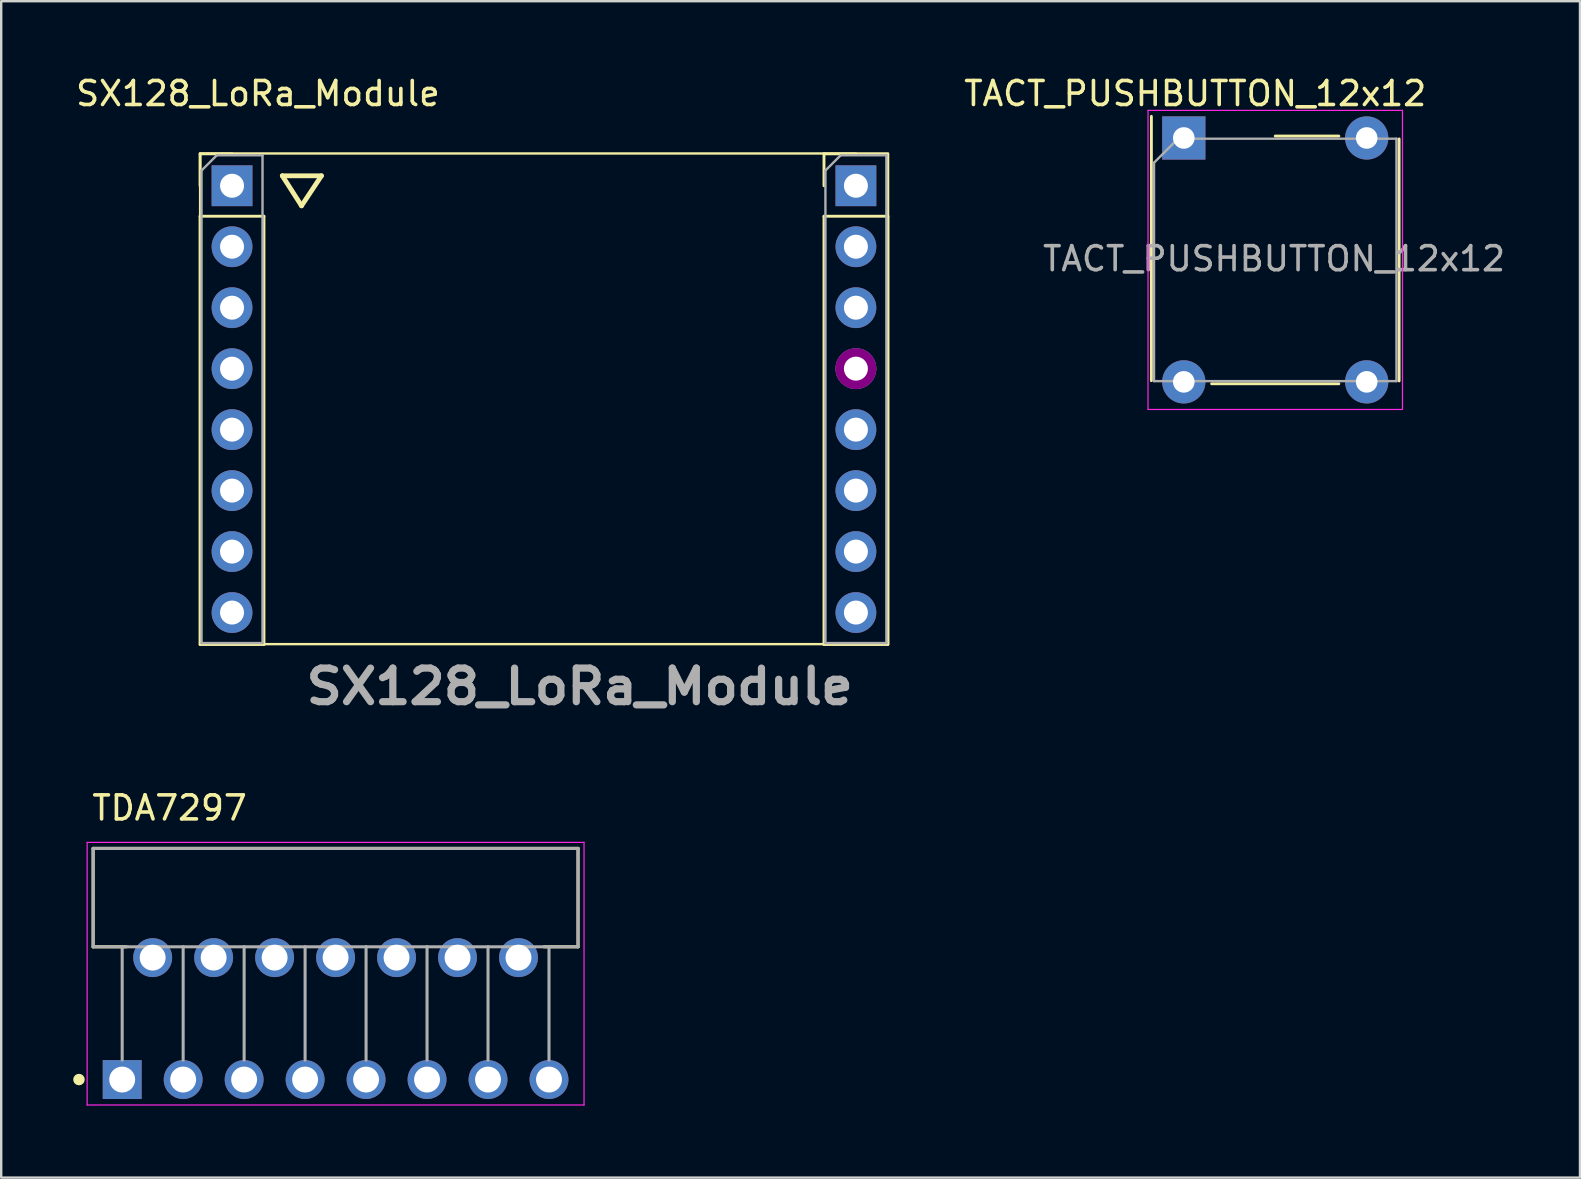
<source format=kicad_pcb>
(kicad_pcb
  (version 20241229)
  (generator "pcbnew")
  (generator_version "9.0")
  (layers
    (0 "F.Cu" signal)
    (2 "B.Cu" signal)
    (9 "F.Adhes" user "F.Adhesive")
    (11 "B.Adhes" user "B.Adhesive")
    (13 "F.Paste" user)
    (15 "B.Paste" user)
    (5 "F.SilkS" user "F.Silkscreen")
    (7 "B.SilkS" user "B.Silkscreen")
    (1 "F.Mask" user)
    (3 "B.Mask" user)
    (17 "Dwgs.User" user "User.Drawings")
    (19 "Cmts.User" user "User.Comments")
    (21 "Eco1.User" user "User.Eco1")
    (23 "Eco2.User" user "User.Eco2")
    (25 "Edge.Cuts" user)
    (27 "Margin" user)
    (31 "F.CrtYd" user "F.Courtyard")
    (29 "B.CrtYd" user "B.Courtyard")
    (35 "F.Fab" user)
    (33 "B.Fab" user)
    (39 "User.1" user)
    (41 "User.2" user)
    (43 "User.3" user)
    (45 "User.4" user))
  (footprint "TACT_PUSHBUTTON_12x12"
    (layer "F.Cu")
    (at 46.265 2.698)
    (property "Reference" "TACT_PUSHBUTTON_12x12" (at 0.475 -1.85 180) (layer "F.SilkS") (effects (font (size 1 1) (thickness 0.15))))
    (attr through_hole)
    (fp_line (start -1.35 -0.9) (end -1.35 10.11) (stroke (width 0.12) (type solid)) (layer "F.SilkS"))
    (fp_line (start 1.16 10.24) (end 6.46 10.24) (stroke (width 0.12) (type solid)) (layer "F.SilkS"))
    (fp_line (start 6.46 -0.08) (end 3.81 -0.08) (stroke (width 0.12) (type solid)) (layer "F.SilkS"))
    (fp_line (start 8.97 0.04) (end 8.97 10.12) (stroke (width 0.12) (type solid)) (layer "F.SilkS"))
    (fp_line (start -1.49 -1.15) (end 9.11 -1.15) (stroke (width 0.05) (type solid)) (layer "F.CrtYd"))
    (fp_line (start -1.49 11.3) (end -1.49 -1.15) (stroke (width 0.05) (type solid)) (layer "F.CrtYd"))
    (fp_line (start 9.11 -1.15) (end 9.11 11.31) (stroke (width 0.05) (type solid)) (layer "F.CrtYd"))
    (fp_line (start 9.11 11.31) (end -1.49 11.31) (stroke (width 0.05) (type solid)) (layer "F.CrtYd"))
    (fp_line (start -1.24 10.13) (end -1.24 1.03) (stroke (width 0.1) (type solid)) (layer "F.Fab"))
    (fp_line (start -0.24 0.03) (end -1.24 1.03) (stroke (width 0.1) (type solid)) (layer "F.Fab"))
    (fp_line (start -0.24 0.03) (end 8.86 0.03) (stroke (width 0.1) (type solid)) (layer "F.Fab"))
    (fp_line (start 8.86 0.03) (end 8.86 10.13) (stroke (width 0.1) (type solid)) (layer "F.Fab"))
    (fp_line (start 8.86 10.13) (end -1.24 10.13) (stroke (width 0.1) (type solid)) (layer "F.Fab"))
    (fp_text user "${REFERENCE}" (at 3.76 5.03 180) (layer "F.Fab") (effects (font (size 1 1) (thickness 0.15))))
    (pad "1" thru_hole rect (at 0 0 90) (size 1.8 1.8) (drill 0.9) (layers "*.Cu" "*.Mask"))
    (pad "2" thru_hole circle (at 0 10.16 90) (size 1.8 1.8) (drill 0.9) (layers "*.Cu" "*.Mask"))
    (pad "3" thru_hole circle (at 7.62 0 90) (size 1.8 1.8) (drill 0.9) (layers "*.Cu" "*.Mask"))
    (pad "4" thru_hole circle (at 7.62 10.16 90) (size 1.8 1.8) (drill 0.9) (layers "*.Cu" "*.Mask")))
  (footprint "SX128_LoRa_Module"
    (layer "F.Cu")
    (at 19.246 14.068)
    (property "Reference" "SX128_LoRa_Module" (at -11.55 -13.22 0) (unlocked yes) (layer "F.SilkS") (effects (font (size 1 1) (thickness 0.15))))
    (fp_line (start -13.96 -10.71) (end -12.63 -10.71) (stroke (width 0.12) (type solid)) (layer "F.SilkS"))
    (fp_line (start -13.96 -9.38) (end -13.96 -10.71) (stroke (width 0.12) (type solid)) (layer "F.SilkS"))
    (fp_line (start -13.96 -8.11) (end -13.96 9.73) (stroke (width 0.12) (type solid)) (layer "F.SilkS"))
    (fp_line (start -13.96 -8.11) (end -11.3 -8.11) (stroke (width 0.12) (type solid)) (layer "F.SilkS"))
    (fp_line (start -13.96 9.73) (end -11.3 9.73) (stroke (width 0.12) (type solid)) (layer "F.SilkS"))
    (fp_line (start -11.3 -8.11) (end -11.3 9.73) (stroke (width 0.12) (type solid)) (layer "F.SilkS"))
    (fp_line (start -10.535 -9.795) (end -8.905 -9.795) (stroke (width 0.2) (type default)) (layer "F.SilkS"))
    (fp_line (start -9.735 -8.545) (end -10.535 -9.795) (stroke (width 0.2) (type default)) (layer "F.SilkS"))
    (fp_line (start -8.905 -9.795) (end -9.735 -8.545) (stroke (width 0.2) (type default)) (layer "F.SilkS"))
    (fp_line (start 12.03 -10.71) (end 13.36 -10.71) (stroke (width 0.12) (type solid)) (layer "F.SilkS"))
    (fp_line (start 12.03 -9.38) (end 12.03 -10.71) (stroke (width 0.12) (type solid)) (layer "F.SilkS"))
    (fp_line (start 12.03 -8.11) (end 12.03 9.73) (stroke (width 0.12) (type solid)) (layer "F.SilkS"))
    (fp_line (start 12.03 -8.11) (end 14.69 -8.11) (stroke (width 0.12) (type solid)) (layer "F.SilkS"))
    (fp_line (start 12.03 9.73) (end 14.69 9.73) (stroke (width 0.12) (type solid)) (layer "F.SilkS"))
    (fp_line (start 14.69 -8.11) (end 14.69 9.73) (stroke (width 0.12) (type solid)) (layer "F.SilkS"))
    (fp_rect (start -13.96 -10.725) (end 14.7 9.715) (stroke (width 0.1) (type default)) (fill no) (layer "F.SilkS"))
    (fp_line (start -13.9 -10.015) (end -13.265 -10.65) (stroke (width 0.1) (type solid)) (layer "F.Fab"))
    (fp_line (start -13.9 9.67) (end -13.9 -10.015) (stroke (width 0.1) (type solid)) (layer "F.Fab"))
    (fp_line (start -13.265 -10.65) (end -11.36 -10.65) (stroke (width 0.1) (type solid)) (layer "F.Fab"))
    (fp_line (start -11.36 -10.65) (end -11.36 9.67) (stroke (width 0.1) (type solid)) (layer "F.Fab"))
    (fp_line (start -11.36 9.67) (end -13.9 9.67) (stroke (width 0.1) (type solid)) (layer "F.Fab"))
    (fp_line (start 12.09 -10.015) (end 12.725 -10.65) (stroke (width 0.1) (type solid)) (layer "F.Fab"))
    (fp_line (start 12.09 9.67) (end 12.09 -10.015) (stroke (width 0.1) (type solid)) (layer "F.Fab"))
    (fp_line (start 12.725 -10.65) (end 14.63 -10.65) (stroke (width 0.1) (type solid)) (layer "F.Fab"))
    (fp_line (start 14.63 -10.65) (end 14.63 9.67) (stroke (width 0.1) (type solid)) (layer "F.Fab"))
    (fp_line (start 14.63 9.67) (end 12.09 9.67) (stroke (width 0.1) (type solid)) (layer "F.Fab"))
    (fp_text user "SX128_LoRa_Module" (at -9.7 12.3 0) (unlocked yes) (layer "F.Fab") (effects (font (size 1.4 1.5) (thickness 0.3) (bold yes)) (justify left bottom)))
    (pad "1" thru_hole rect (at -12.63 -9.38) (size 1.7 1.7) (drill 1) (layers "*.Cu" "*.Mask"))
    (pad "2" thru_hole oval (at -12.63 -6.84) (size 1.7 1.7) (drill 1) (layers "*.Cu" "*.Mask"))
    (pad "3" thru_hole oval (at -12.63 -4.3) (size 1.7 1.7) (drill 1) (layers "*.Cu" "*.Mask"))
    (pad "4" thru_hole oval (at -12.63 -1.76) (size 1.7 1.7) (drill 1) (layers "*.Cu" "*.Mask"))
    (pad "5" thru_hole oval (at -12.63 0.78) (size 1.7 1.7) (drill 1) (layers "*.Cu" "*.Mask"))
    (pad "6" thru_hole oval (at -12.63 3.32) (size 1.7 1.7) (drill 1) (layers "*.Cu" "*.Mask"))
    (pad "7" thru_hole oval (at -12.63 5.86) (size 1.7 1.7) (drill 1) (layers "*.Cu" "*.Mask"))
    (pad "8" thru_hole oval (at -12.63 8.4) (size 1.7 1.7) (drill 1) (layers "*.Cu" "*.Mask"))
    (pad "9" thru_hole oval (at 13.36 8.4) (size 1.7 1.7) (drill 1) (layers "*.Cu" "*.Mask"))
    (pad "10" thru_hole oval (at 13.36 5.86) (size 1.7 1.7) (drill 1) (layers "*.Cu" "*.Mask"))
    (pad "11" thru_hole oval (at 13.36 3.32) (size 1.7 1.7) (drill 1) (layers "*.Cu" "*.Mask"))
    (pad "12" thru_hole oval (at 13.36 0.78) (size 1.7 1.7) (drill 1) (layers "*.Cu" "*.Mask"))
    (pad "13" thru_hole oval (at 13.36 -1.76) (size 1.7 1.7) (drill 1) (layers "*.Cu" "*.Mask" "F.Adhes"))
    (pad "14" thru_hole oval (at 13.36 -4.3) (size 1.7 1.7) (drill 1) (layers "*.Cu" "*.Mask"))
    (pad "15" thru_hole oval (at 13.36 -6.84) (size 1.7 1.7) (drill 1) (layers "*.Cu" "*.Mask"))
    (pad "16" thru_hole rect (at 13.36 -9.38) (size 1.7 1.7) (drill 1) (layers "*.Cu" "*.Mask")))
  (footprint "TDA7297"
    (layer "F.Cu")
    (at 2.04 41.923)
    (property "Reference" "TDA7297" (at 1.975 -11.315 0) (layer "F.SilkS") (effects (font (size 1 1) (thickness 0.15))))
    (attr through_hole)
    (fp_line (start -1.21 -9.63) (end 18.99 -9.63) (stroke (width 0.127) (type solid)) (layer "F.SilkS"))
    (fp_line (start -1.21 -5.53) (end -1.21 -9.63) (stroke (width 0.127) (type solid)) (layer "F.SilkS"))
    (fp_line (start 0.18 -5.53) (end -1.21 -5.53) (stroke (width 0.127) (type solid)) (layer "F.SilkS"))
    (fp_line (start 1.05 -5.53) (end 1.55 -5.53) (stroke (width 0.127) (type solid)) (layer "F.SilkS"))
    (fp_line (start 3.55 -5.53) (end 4.05 -5.53) (stroke (width 0.127) (type solid)) (layer "F.SilkS"))
    (fp_line (start 6.08 -5.53) (end 6.6 -5.53) (stroke (width 0.127) (type solid)) (layer "F.SilkS"))
    (fp_line (start 8.62 -5.53) (end 9.16 -5.53) (stroke (width 0.127) (type solid)) (layer "F.SilkS"))
    (fp_line (start 11.16 -5.53) (end 11.71 -5.53) (stroke (width 0.127) (type solid)) (layer "F.SilkS"))
    (fp_line (start 13.71 -5.53) (end 14.24 -5.53) (stroke (width 0.127) (type solid)) (layer "F.SilkS"))
    (fp_line (start 16.25 -5.53) (end 16.78 -5.53) (stroke (width 0.127) (type solid)) (layer "F.SilkS"))
    (fp_line (start 18.99 -9.63) (end 18.99 -5.53) (stroke (width 0.127) (type solid)) (layer "F.SilkS"))
    (fp_line (start 18.99 -5.53) (end 17.57 -5.53) (stroke (width 0.127) (type solid)) (layer "F.SilkS"))
    (fp_circle (center -1.8 0) (end -1.68 0) (stroke (width 0.24) (type solid)) (fill no) (layer "F.SilkS"))
    (fp_line (start -1.46 -9.88) (end 19.24 -9.88) (stroke (width 0.05) (type solid)) (layer "F.CrtYd"))
    (fp_line (start -1.46 1.06) (end -1.46 -9.88) (stroke (width 0.05) (type solid)) (layer "F.CrtYd"))
    (fp_line (start 19.24 -9.88) (end 19.24 1.06) (stroke (width 0.05) (type solid)) (layer "F.CrtYd"))
    (fp_line (start 19.24 1.06) (end -1.46 1.06) (stroke (width 0.05) (type solid)) (layer "F.CrtYd"))
    (fp_line (start -1.21 -9.63) (end 18.99 -9.63) (stroke (width 0.127) (type solid)) (layer "F.Fab"))
    (fp_line (start -1.21 -5.53) (end -1.21 -9.63) (stroke (width 0.127) (type solid)) (layer "F.Fab"))
    (fp_line (start 0 -5.53) (end -1.21 -5.53) (stroke (width 0.127) (type solid)) (layer "F.Fab"))
    (fp_line (start 0 -5.53) (end 0 -0.81) (stroke (width 0.127) (type solid)) (layer "F.Fab"))
    (fp_line (start 2.54 -5.53) (end 0 -5.53) (stroke (width 0.127) (type solid)) (layer "F.Fab"))
    (fp_line (start 2.54 -5.53) (end 2.54 -0.81) (stroke (width 0.127) (type solid)) (layer "F.Fab"))
    (fp_line (start 5.08 -5.53) (end 2.54 -5.53) (stroke (width 0.127) (type solid)) (layer "F.Fab"))
    (fp_line (start 5.08 -5.53) (end 5.08 -0.81) (stroke (width 0.127) (type solid)) (layer "F.Fab"))
    (fp_line (start 7.62 -5.53) (end 5.08 -5.53) (stroke (width 0.127) (type solid)) (layer "F.Fab"))
    (fp_line (start 7.62 -5.53) (end 7.62 -0.81) (stroke (width 0.127) (type solid)) (layer "F.Fab"))
    (fp_line (start 10.16 -5.53) (end 7.62 -5.53) (stroke (width 0.127) (type solid)) (layer "F.Fab"))
    (fp_line (start 10.16 -5.53) (end 10.16 -0.81) (stroke (width 0.127) (type solid)) (layer "F.Fab"))
    (fp_line (start 12.7 -5.53) (end 10.16 -5.53) (stroke (width 0.127) (type solid)) (layer "F.Fab"))
    (fp_line (start 12.7 -5.53) (end 12.7 -0.81) (stroke (width 0.127) (type solid)) (layer "F.Fab"))
    (fp_line (start 15.24 -5.53) (end 12.7 -5.53) (stroke (width 0.127) (type solid)) (layer "F.Fab"))
    (fp_line (start 15.24 -5.53) (end 15.24 -0.81) (stroke (width 0.127) (type solid)) (layer "F.Fab"))
    (fp_line (start 17.78 -5.53) (end 15.24 -5.53) (stroke (width 0.127) (type solid)) (layer "F.Fab"))
    (fp_line (start 17.78 -5.53) (end 17.78 -0.81) (stroke (width 0.127) (type solid)) (layer "F.Fab"))
    (fp_line (start 18.99 -9.63) (end 18.99 -5.53) (stroke (width 0.127) (type solid)) (layer "F.Fab"))
    (fp_line (start 18.99 -5.53) (end 17.78 -5.53) (stroke (width 0.127) (type solid)) (layer "F.Fab"))
    (pad "1" thru_hole rect (at 0 0) (size 1.62 1.62) (drill 1.08) (layers "*.Cu" "*.Mask"))
    (pad "2" thru_hole circle (at 1.27 -5.08) (size 1.62 1.62) (drill 1.08) (layers "*.Cu" "*.Mask"))
    (pad "3" thru_hole circle (at 2.54 0) (size 1.62 1.62) (drill 1.08) (layers "*.Cu" "*.Mask"))
    (pad "4" thru_hole circle (at 3.81 -5.08) (size 1.62 1.62) (drill 1.08) (layers "*.Cu" "*.Mask"))
    (pad "5" thru_hole circle (at 5.08 0) (size 1.62 1.62) (drill 1.08) (layers "*.Cu" "*.Mask"))
    (pad "6" thru_hole circle (at 6.35 -5.08) (size 1.62 1.62) (drill 1.08) (layers "*.Cu" "*.Mask"))
    (pad "7" thru_hole circle (at 7.62 0) (size 1.62 1.62) (drill 1.08) (layers "*.Cu" "*.Mask"))
    (pad "8" thru_hole circle (at 8.89 -5.08) (size 1.62 1.62) (drill 1.08) (layers "*.Cu" "*.Mask"))
    (pad "9" thru_hole circle (at 10.16 0) (size 1.62 1.62) (drill 1.08) (layers "*.Cu" "*.Mask"))
    (pad "10" thru_hole circle (at 11.43 -5.08) (size 1.62 1.62) (drill 1.08) (layers "*.Cu" "*.Mask"))
    (pad "11" thru_hole circle (at 12.7 0) (size 1.62 1.62) (drill 1.08) (layers "*.Cu" "*.Mask"))
    (pad "12" thru_hole circle (at 13.97 -5.08) (size 1.62 1.62) (drill 1.08) (layers "*.Cu" "*.Mask"))
    (pad "13" thru_hole circle (at 15.24 0) (size 1.62 1.62) (drill 1.08) (layers "*.Cu" "*.Mask"))
    (pad "14" thru_hole circle (at 16.51 -5.08) (size 1.62 1.62) (drill 1.08) (layers "*.Cu" "*.Mask"))
    (pad "15" thru_hole circle (at 17.78 0) (size 1.62 1.62) (drill 1.08) (layers "*.Cu" "*.Mask")))
  (gr_rect
    (start -3 -3)
    (end 62.77 46.008)
    (stroke (width 0.1) (type default))
    (fill no)
    (layer "Edge.Cuts")))
</source>
